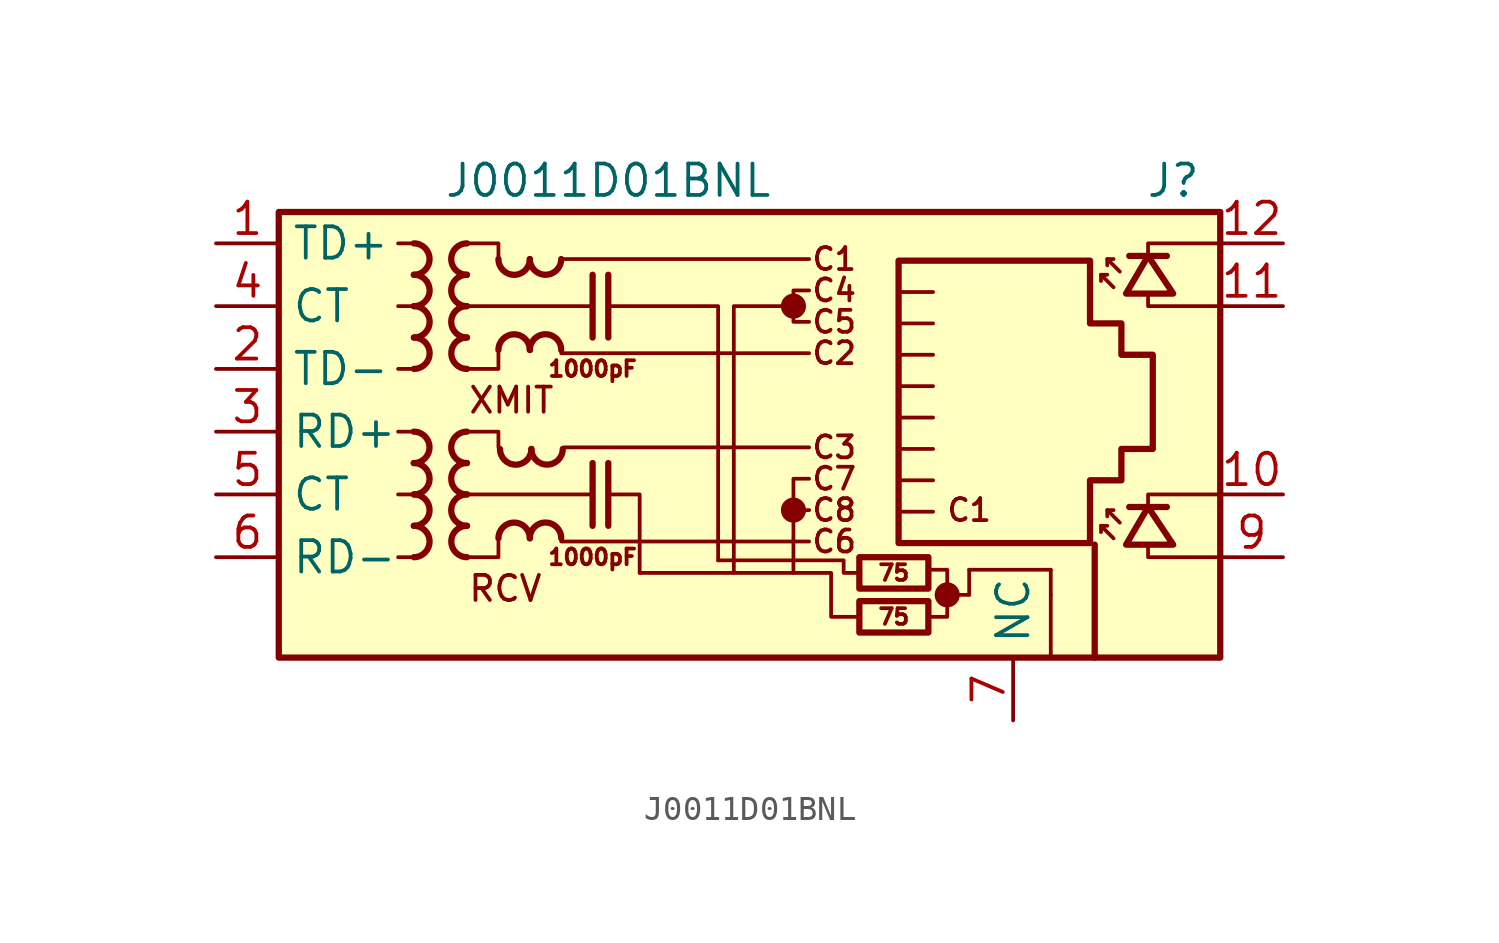
<source format=kicad_sym>
(kicad_symbol_lib
  (version 20220914)
  (generator kicad_symbol_editor)
  (symbol "J0011D01BNL"
    (property "Reference" "J"
      (at 18.415 12.7 0)
      (effects (font (size 1.27 1.27))))
    (property "Value" "J0011D01BNL"
      (at -4.445 12.7 0)
      (effects (font (size 1.27 1.27))))
    (symbol "J0011D01BNL_0_0"
      (polyline (pts (xy -5.08 1.27) (xy -5.08 -1.27)) (stroke (width 0.254) (type default)) (fill (type none)))
      (polyline (pts (xy -5.08 8.89) (xy -5.08 6.35)) (stroke (width 0.254) (type default)) (fill (type none)))
      (polyline (pts (xy -4.445 1.27) (xy -4.445 -1.27)) (stroke (width 0.254) (type default)) (fill (type none)))
      (polyline (pts (xy -4.445 8.89) (xy -4.445 6.35)) (stroke (width 0.254) (type default)) (fill (type none)))
      (polyline (pts (xy 9.271 -4.064) (xy 10.16 -4.064)) (stroke (width 0) (type default)) (fill (type none)))
      (polyline (pts (xy 17.399 -0.635) (xy 17.399 0) (xy 20.32 0)) (stroke (width 0) (type default)) (fill (type none)))
      (polyline (pts (xy 17.399 9.525) (xy 17.399 10.16) (xy 20.32 10.16)) (stroke (width 0) (type default)) (fill (type none)))
      (polyline (pts (xy 20.32 -2.54) (xy 17.399 -2.54) (xy 17.399 -2.032)) (stroke (width 0) (type default)) (fill (type none)))
      (polyline (pts (xy 20.32 7.62) (xy 17.399 7.62) (xy 17.399 8.128)) (stroke (width 0) (type default)) (fill (type none)))
      (polyline (pts (xy 3.683 0.635) (xy 3.048 0.635) (xy 3.048 -0.635) (xy 3.683 -0.635)) (stroke (width 0) (type default)) (fill (type none)))
      (polyline (pts (xy 3.683 8.255) (xy 3.048 8.255) (xy 3.048 6.985) (xy 3.683 6.985)) (stroke (width 0) (type default)) (fill (type none)))
      (polyline (pts (xy 8.636 -4.953) (xy 9.271 -4.953) (xy 9.271 -3.048) (xy 8.636 -3.048)) (stroke (width 0) (type default)) (fill (type none)))
      (circle (center 3.048 -0.635) (radius 0.0001) (stroke (width 0.508) (type default)) (fill (type none)))
      (circle (center 3.048 7.62) (radius 0.0001) (stroke (width 0.508) (type default)) (fill (type none)))
      (circle (center 9.271 -4.064) (radius 0.0001) (stroke (width 0.508) (type default)) (fill (type none)))
      (text "C1" (at 4.699 9.525 0) (effects (font (size 0.889 0.889))))
      (text "C1" (at 10.16 -0.635 0) (effects (font (size 0.889 0.889))))
      (text "C2" (at 4.699 5.715 0) (effects (font (size 0.889 0.889))))
      (text "C3" (at 4.699 1.905 0) (effects (font (size 0.889 0.889))))
      (text "C4" (at 4.699 8.255 0) (effects (font (size 0.889 0.889))))
      (text "C5" (at 4.699 6.985 0) (effects (font (size 0.889 0.889))))
      (text "C6" (at 4.699 -1.905 0) (effects (font (size 0.889 0.889))))
      (text "C7" (at 4.699 0.635 0) (effects (font (size 0.889 0.889))))
      (text "C8" (at 4.699 -0.635 0) (effects (font (size 0.889 0.889))))
      (text "RCV" (at -10.16 -3.81 0) (effects (font (size 1.016 1.016)) (justify left)))
      (text "XMIT" (at -10.16 3.81 0) (effects (font (size 1.016 1.016)) (justify left))))
    (symbol "J0011D01BNL_0_1"
      (rectangle (start -17.78 11.43) (end 20.32 -6.604) (stroke (width 0.254) (type default)) (fill (type background)))
      (polyline (pts (xy -12.316 -2.54) (xy -12.951 -2.54)) (stroke (width 0) (type default)) (fill (type none)))
      (polyline (pts (xy -12.316 0) (xy -12.951 0)) (stroke (width 0) (type default)) (fill (type none)))
      (polyline (pts (xy -12.316 2.54) (xy -12.951 2.54)) (stroke (width 0) (type default)) (fill (type none)))
      (polyline (pts (xy -12.316 5.08) (xy -12.951 5.08)) (stroke (width 0) (type default)) (fill (type none)))
      (polyline (pts (xy -12.316 7.62) (xy -12.951 7.62)) (stroke (width 0) (type default)) (fill (type none)))
      (polyline (pts (xy -12.316 10.16) (xy -12.951 10.16)) (stroke (width 0) (type default)) (fill (type none)))
      (polyline (pts (xy -6.35 -1.905) (xy 3.683 -1.905)) (stroke (width 0) (type default)) (fill (type none)))
      (polyline (pts (xy -6.35 5.715) (xy 3.683 5.715)) (stroke (width 0) (type default)) (fill (type none)))
      (polyline (pts (xy -6.35 9.525) (xy 3.683 9.525)) (stroke (width 0) (type default)) (fill (type none)))
      (polyline (pts (xy -6.223 1.905) (xy 3.683 1.905)) (stroke (width 0) (type default)) (fill (type none)))
      (polyline (pts (xy -5.08 0) (xy -10.16 0)) (stroke (width 0) (type default)) (fill (type none)))
      (polyline (pts (xy -5.08 7.62) (xy -10.16 7.62)) (stroke (width 0) (type default)) (fill (type none)))
      (polyline (pts (xy 7.429 0.572) (xy 8.7 0.572)) (stroke (width 0) (type default)) (fill (type none)))
      (polyline (pts (xy 7.429 1.841) (xy 8.7 1.841)) (stroke (width 0) (type default)) (fill (type none)))
      (polyline (pts (xy 7.429 3.111) (xy 8.7 3.111)) (stroke (width 0) (type default)) (fill (type none)))
      (polyline (pts (xy 7.429 4.381) (xy 8.7 4.381)) (stroke (width 0) (type default)) (fill (type none)))
      (polyline (pts (xy 7.429 5.652) (xy 8.7 5.652)) (stroke (width 0) (type default)) (fill (type none)))
      (polyline (pts (xy 8.7 -0.699) (xy 7.429 -0.699)) (stroke (width 0) (type default)) (fill (type none)))
      (polyline (pts (xy 8.7 6.921) (xy 7.429 6.921)) (stroke (width 0) (type default)) (fill (type none)))
      (polyline (pts (xy 8.7 8.191) (xy 7.429 8.191)) (stroke (width 0) (type default)) (fill (type none)))
      (polyline (pts (xy -10.16 2.54) (xy -8.89 2.54) (xy -8.89 1.905)) (stroke (width 0) (type default)) (fill (type none)))
      (polyline (pts (xy -10.16 10.16) (xy -8.89 10.16) (xy -8.89 9.525)) (stroke (width 0) (type default)) (fill (type none)))
      (polyline (pts (xy -8.89 -1.905) (xy -8.89 -2.54) (xy -10.16 -2.54)) (stroke (width 0) (type default)) (fill (type none)))
      (polyline (pts (xy -8.89 5.715) (xy -8.89 5.08) (xy -10.16 5.08)) (stroke (width 0) (type default)) (fill (type none)))
      (polyline (pts (xy -4.445 0) (xy -3.175 0) (xy -3.175 -3.175)) (stroke (width 0) (type default)) (fill (type none)))
      (polyline (pts (xy -4.445 7.62) (xy 0 7.62) (xy 0 -2.667)) (stroke (width 0) (type default)) (fill (type none))))
    (symbol "J0011D01BNL_1_0"
      (text "1000pF" (at -5.08 -2.54 0) (effects (font (size 0.635 0.635))))
      (text "1000pF" (at -5.08 5.08 0) (effects (font (size 0.635 0.635)))))
    (symbol "J0011D01BNL_1_1"
      (arc (start -12.3163 1.27) (mid -11.684 1.905) (end -12.3163 2.54) (stroke (width 0.254) (type default)) (fill (type none)))
      (arc (start -12.3136 -2.54) (mid -11.6813 -1.905) (end -12.3136 -1.27) (stroke (width 0.254) (type default)) (fill (type none)))
      (arc (start -12.3136 -1.27) (mid -11.6813 -0.635) (end -12.3136 0) (stroke (width 0.254) (type default)) (fill (type none)))
      (arc (start -12.3136 0) (mid -11.6813 0.635) (end -12.3136 1.27) (stroke (width 0.254) (type default)) (fill (type none)))
      (arc (start -12.3136 8.89) (mid -11.6813 9.525) (end -12.3136 10.16) (stroke (width 0.254) (type default)) (fill (type none)))
      (arc (start -12.3109 5.08) (mid -11.6786 5.715) (end -12.3109 6.35) (stroke (width 0.254) (type default)) (fill (type none)))
      (arc (start -12.3109 6.35) (mid -11.6786 6.985) (end -12.3109 7.62) (stroke (width 0.254) (type default)) (fill (type none)))
      (arc (start -12.3109 7.62) (mid -11.6786 8.255) (end -12.3109 8.89) (stroke (width 0.254) (type default)) (fill (type none)))
      (arc (start -10.1654 0) (mid -10.7977 -0.635) (end -10.1654 -1.27) (stroke (width 0.254) (type default)) (fill (type none)))
      (arc (start -10.1654 1.27) (mid -10.7977 0.635) (end -10.1654 0) (stroke (width 0.254) (type default)) (fill (type none)))
      (arc (start -10.1654 2.54) (mid -10.7977 1.905) (end -10.1654 1.27) (stroke (width 0.254) (type default)) (fill (type none)))
      (arc (start -10.1654 7.62) (mid -10.7977 6.985) (end -10.1654 6.35) (stroke (width 0.254) (type default)) (fill (type none)))
      (arc (start -10.1654 8.89) (mid -10.7977 8.255) (end -10.1654 7.62) (stroke (width 0.254) (type default)) (fill (type none)))
      (arc (start -10.1654 10.16) (mid -10.7977 9.525) (end -10.1654 8.89) (stroke (width 0.254) (type default)) (fill (type none)))
      (arc (start -10.1627 -1.27) (mid -10.795 -1.905) (end -10.1627 -2.54) (stroke (width 0.254) (type default)) (fill (type none)))
      (arc (start -10.1627 6.35) (mid -10.795 5.715) (end -10.1627 5.08) (stroke (width 0.254) (type default)) (fill (type none)))
      (arc (start -8.89 9.5223) (mid -8.255 8.89) (end -7.62 9.5223) (stroke (width 0.254) (type default)) (fill (type none)))
      (arc (start -8.8265 1.8388) (mid -8.1915 1.2065) (end -7.5565 1.8388) (stroke (width 0.254) (type default)) (fill (type none)))
      (arc (start -7.62 -1.7753) (mid -8.255 -1.143) (end -8.89 -1.7753) (stroke (width 0.254) (type default)) (fill (type none)))
      (arc (start -7.62 5.8447) (mid -8.255 6.477) (end -8.89 5.8447) (stroke (width 0.254) (type default)) (fill (type none)))
      (arc (start -7.62 9.525) (mid -6.985 8.8927) (end -6.35 9.525) (stroke (width 0.254) (type default)) (fill (type none)))
      (arc (start -7.5565 1.8415) (mid -6.9215 1.2092) (end -6.2865 1.8415) (stroke (width 0.254) (type default)) (fill (type none)))
      (arc (start -6.35 -1.7726) (mid -6.985 -1.1403) (end -7.62 -1.7726) (stroke (width 0.254) (type default)) (fill (type none)))
      (arc (start -6.35 5.8474) (mid -6.985 6.4797) (end -7.62 5.8474) (stroke (width 0.254) (type default)) (fill (type none)))
      (polyline (pts (xy 10.16 -3.048) (xy 10.16 -4.064)) (stroke (width 0) (type default)) (fill (type none)))
      (polyline (pts (xy 10.16 -3.048) (xy 13.462 -3.048)) (stroke (width 0) (type default)) (fill (type none)))
      (polyline (pts (xy 13.462 -4.064) (xy 13.462 -6.604)) (stroke (width 0) (type default)) (fill (type none)))
      (polyline (pts (xy 13.462 -3.048) (xy 13.462 -4.064)) (stroke (width 0) (type default)) (fill (type none)))
      (polyline (pts (xy 15.24 -6.604) (xy 15.24 -2.032)) (stroke (width 0.254) (type default)) (fill (type none)))
      (polyline (pts (xy 15.494 -1.27) (xy 15.494 -1.524)) (stroke (width 0) (type default)) (fill (type none)))
      (polyline (pts (xy 15.494 8.89) (xy 15.494 8.636)) (stroke (width 0) (type default)) (fill (type none)))
      (polyline (pts (xy 15.748 -0.635) (xy 15.748 -0.889)) (stroke (width 0) (type default)) (fill (type none)))
      (polyline (pts (xy 15.748 9.525) (xy 15.748 9.271)) (stroke (width 0) (type default)) (fill (type none)))
      (polyline (pts (xy 16.637 -0.508) (xy 18.161 -0.508)) (stroke (width 0.254) (type default)) (fill (type none)))
      (polyline (pts (xy 16.637 9.652) (xy 18.161 9.652)) (stroke (width 0.254) (type default)) (fill (type none)))
      (polyline (pts (xy 3.048 7.62) (xy 0.635 7.62) (xy 0.635 -3.175)) (stroke (width 0) (type default)) (fill (type none)))
      (polyline (pts (xy 16.002 -1.778) (xy 15.494 -1.27) (xy 15.748 -1.27)) (stroke (width 0) (type default)) (fill (type none)))
      (polyline (pts (xy 16.002 8.382) (xy 15.494 8.89) (xy 15.748 8.89)) (stroke (width 0) (type default)) (fill (type none)))
      (polyline (pts (xy 16.256 -1.143) (xy 15.748 -0.635) (xy 16.002 -0.635)) (stroke (width 0) (type default)) (fill (type none)))
      (polyline (pts (xy 16.256 9.017) (xy 15.748 9.525) (xy 16.002 9.525)) (stroke (width 0) (type default)) (fill (type none)))
      (polyline (pts (xy 3.048 -0.508) (xy 3.048 -3.175) (xy 3.048 -3.175) (xy 3.048 -3.175)) (stroke (width 0) (type default)) (fill (type none)))
      (polyline (pts (xy 5.715 -4.953) (xy 4.572 -4.953) (xy 4.572 -3.175) (xy -3.175 -3.175)) (stroke (width 0) (type default)) (fill (type none)))
      (polyline (pts (xy 5.715 -3.175) (xy 5.08 -3.175) (xy 5.08 -2.667) (xy 0 -2.667)) (stroke (width 0) (type default)) (fill (type none)))
      (polyline (pts (xy 16.51 -2.032) (xy 18.415 -2.032) (xy 17.399 -0.508) (xy 16.51 -2.032)) (stroke (width 0.254) (type default)) (fill (type none)))
      (polyline (pts (xy 16.51 8.128) (xy 18.415 8.128) (xy 17.399 9.652) (xy 16.51 8.128)) (stroke (width 0.254) (type default)) (fill (type none)))
      (polyline (pts (xy 7.303 -1.968) (xy 7.303 9.461) (xy 15.05 9.461) (xy 15.05 6.921) (xy 16.32 6.921) (xy 16.32 5.652) (xy 17.59 5.652) (xy 17.59 1.841) (xy 16.32 1.841) (xy 16.32 0.572) (xy 15.05 0.572) (xy 15.05 -1.968) (xy 7.303 -1.968)) (stroke (width 0.254) (type default)) (fill (type none)))
      (rectangle (start 8.509 -5.588) (end 5.715 -4.318) (stroke (width 0.254) (type default)) (fill (type none)))
      (rectangle (start 8.509 -3.81) (end 5.715 -2.54) (stroke (width 0.254) (type default)) (fill (type none)))
      (text "75" (at 7.112 -4.953 0) (effects (font (size 0.635 0.635))))
      (text "75" (at 7.112 -3.175 0) (effects (font (size 0.635 0.635))))
      (pin passive line (at -20.32 10.16 0) (length 2.54) (name "TD+" (effects (font (size 1.27 1.27)))) (number "1" (effects (font (size 1.27 1.27)))))
      (pin passive line (at 22.86 0 180) (length 2.54) (name "" (effects (font (size 1.27 1.27)))) (number "10" (effects (font (size 1.27 1.27)))))
      (pin passive line (at 22.86 7.62 180) (length 2.54) (name "" (effects (font (size 1.27 1.27)))) (number "11" (effects (font (size 1.27 1.27)))))
      (pin passive line (at 22.86 10.16 180) (length 2.54) (name "" (effects (font (size 1.27 1.27)))) (number "12" (effects (font (size 1.27 1.27)))))
      (pin passive line (at -20.32 5.08 0) (length 2.54) (name "TD-" (effects (font (size 1.27 1.27)))) (number "2" (effects (font (size 1.27 1.27)))))
      (pin passive line (at -20.32 2.54 0) (length 2.54) (name "RD+" (effects (font (size 1.27 1.27)))) (number "3" (effects (font (size 1.27 1.27)))))
      (pin passive line (at -20.32 7.62 0) (length 2.54) (name "CT" (effects (font (size 1.27 1.27)))) (number "4" (effects (font (size 1.27 1.27)))))
      (pin passive line (at -20.32 0 0) (length 2.54) (name "CT" (effects (font (size 1.27 1.27)))) (number "5" (effects (font (size 1.27 1.27)))))
      (pin passive line (at -20.32 -2.54 0) (length 2.54) (name "RD-" (effects (font (size 1.27 1.27)))) (number "6" (effects (font (size 1.27 1.27)))))
      (pin power_in line (at 11.938 -9.144 90) (length 2.54) (name "NC" (effects (font (size 1.27 1.27)))) (number "7" (effects (font (size 1.27 1.27)))))
      (pin passive line (at 22.86 -2.54 180) (length 2.54) (name "" (effects (font (size 1.27 1.27)))) (number "9" (effects (font (size 1.27 1.27))))))))
</source>
